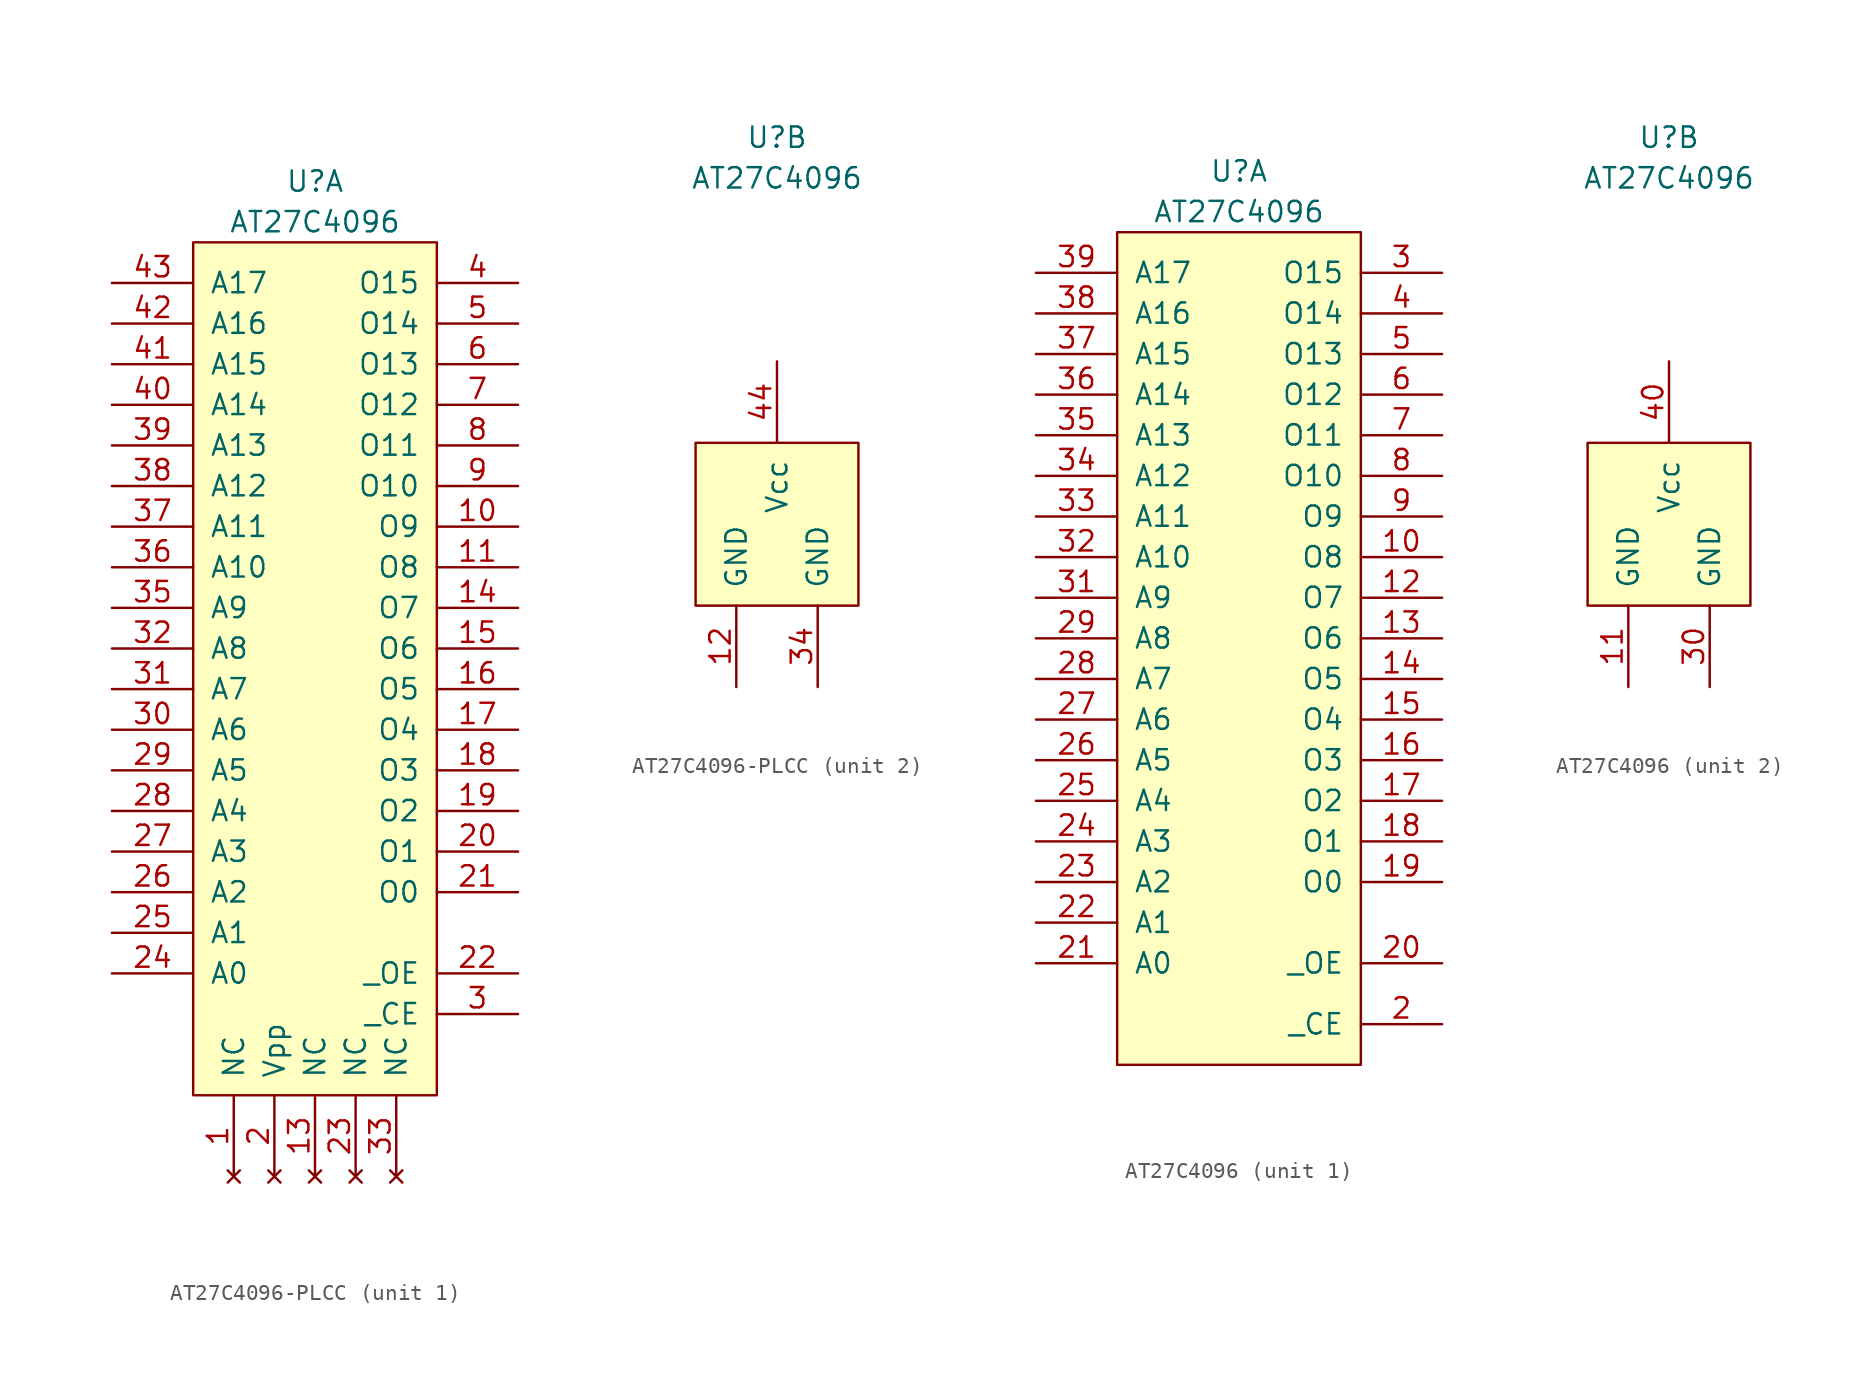
<source format=kicad_sym>
(kicad_symbol_lib
  (version 20220914)
  (generator kicad_symbol_editor)
  (symbol "AT27C4096-PLCC"
    (pin_names
      (offset 1.016))
    (property "Reference" "U"
      (at 0 24.13 0)
      (effects (font (size 1.27 1.27))))
    (property "Value" "AT27C4096"
      (at 0 21.59 0)
      (effects (font (size 1.27 1.27))))
    (property "ki_locked" ""
      (at 0 0 0)
      (effects (font (size 1.27 1.27))))
    (symbol "AT27C4096-PLCC_1_0"
      (pin input line (at -12.7 10.16 0) (length 5.08) (name "A14" (effects (font (size 1.27 1.27)))) (number "40" (effects (font (size 1.27 1.27)))))
      (pin input line (at -12.7 12.7 0) (length 5.08) (name "A15" (effects (font (size 1.27 1.27)))) (number "41" (effects (font (size 1.27 1.27)))))
      (pin input line (at -12.7 15.24 0) (length 5.08) (name "A16" (effects (font (size 1.27 1.27)))) (number "42" (effects (font (size 1.27 1.27)))))
      (pin input line (at -12.7 17.78 0) (length 5.08) (name "A17" (effects (font (size 1.27 1.27)))) (number "43" (effects (font (size 1.27 1.27))))))
    (symbol "AT27C4096-PLCC_1_1"
      (rectangle (start -7.62 20.32) (end 7.62 -33.02) (stroke (width 0) (type solid)) (fill (type background)))
      (pin no_connect line (at -5.08 -38.1 90) (length 5.08) (name "NC" (effects (font (size 1.27 1.27)))) (number "1" (effects (font (size 1.27 1.27)))))
      (pin input line (at 12.7 2.54 180) (length 5.08) (name "O9" (effects (font (size 1.27 1.27)))) (number "10" (effects (font (size 1.27 1.27)))))
      (pin input line (at 12.7 0 180) (length 5.08) (name "O8" (effects (font (size 1.27 1.27)))) (number "11" (effects (font (size 1.27 1.27)))))
      (pin no_connect line (at 0 -38.1 90) (length 5.08) (name "NC" (effects (font (size 1.27 1.27)))) (number "13" (effects (font (size 1.27 1.27)))))
      (pin input line (at 12.7 -2.54 180) (length 5.08) (name "O7" (effects (font (size 1.27 1.27)))) (number "14" (effects (font (size 1.27 1.27)))))
      (pin input line (at 12.7 -5.08 180) (length 5.08) (name "O6" (effects (font (size 1.27 1.27)))) (number "15" (effects (font (size 1.27 1.27)))))
      (pin input line (at 12.7 -7.62 180) (length 5.08) (name "O5" (effects (font (size 1.27 1.27)))) (number "16" (effects (font (size 1.27 1.27)))))
      (pin input line (at 12.7 -10.16 180) (length 5.08) (name "O4" (effects (font (size 1.27 1.27)))) (number "17" (effects (font (size 1.27 1.27)))))
      (pin input line (at 12.7 -12.7 180) (length 5.08) (name "O3" (effects (font (size 1.27 1.27)))) (number "18" (effects (font (size 1.27 1.27)))))
      (pin input line (at 12.7 -15.24 180) (length 5.08) (name "O2" (effects (font (size 1.27 1.27)))) (number "19" (effects (font (size 1.27 1.27)))))
      (pin no_connect line (at -2.54 -38.1 90) (length 5.08) (name "Vpp" (effects (font (size 1.27 1.27)))) (number "2" (effects (font (size 1.27 1.27)))))
      (pin input line (at 12.7 -17.78 180) (length 5.08) (name "O1" (effects (font (size 1.27 1.27)))) (number "20" (effects (font (size 1.27 1.27)))))
      (pin input line (at 12.7 -20.32 180) (length 5.08) (name "O0" (effects (font (size 1.27 1.27)))) (number "21" (effects (font (size 1.27 1.27)))))
      (pin input line (at 12.7 -25.4 180) (length 5.08) (name "_OE" (effects (font (size 1.27 1.27)))) (number "22" (effects (font (size 1.27 1.27)))))
      (pin no_connect line (at 2.54 -38.1 90) (length 5.08) (name "NC" (effects (font (size 1.27 1.27)))) (number "23" (effects (font (size 1.27 1.27)))))
      (pin input line (at -12.7 -25.4 0) (length 5.08) (name "A0" (effects (font (size 1.27 1.27)))) (number "24" (effects (font (size 1.27 1.27)))))
      (pin input line (at -12.7 -22.86 0) (length 5.08) (name "A1" (effects (font (size 1.27 1.27)))) (number "25" (effects (font (size 1.27 1.27)))))
      (pin input line (at -12.7 -20.32 0) (length 5.08) (name "A2" (effects (font (size 1.27 1.27)))) (number "26" (effects (font (size 1.27 1.27)))))
      (pin input line (at -12.7 -17.78 0) (length 5.08) (name "A3" (effects (font (size 1.27 1.27)))) (number "27" (effects (font (size 1.27 1.27)))))
      (pin input line (at -12.7 -15.24 0) (length 5.08) (name "A4" (effects (font (size 1.27 1.27)))) (number "28" (effects (font (size 1.27 1.27)))))
      (pin input line (at -12.7 -12.7 0) (length 5.08) (name "A5" (effects (font (size 1.27 1.27)))) (number "29" (effects (font (size 1.27 1.27)))))
      (pin input line (at 12.7 -27.94 180) (length 5.08) (name "_CE" (effects (font (size 1.27 1.27)))) (number "3" (effects (font (size 1.27 1.27)))))
      (pin input line (at -12.7 -10.16 0) (length 5.08) (name "A6" (effects (font (size 1.27 1.27)))) (number "30" (effects (font (size 1.27 1.27)))))
      (pin input line (at -12.7 -7.62 0) (length 5.08) (name "A7" (effects (font (size 1.27 1.27)))) (number "31" (effects (font (size 1.27 1.27)))))
      (pin input line (at -12.7 -5.08 0) (length 5.08) (name "A8" (effects (font (size 1.27 1.27)))) (number "32" (effects (font (size 1.27 1.27)))))
      (pin no_connect line (at 5.08 -38.1 90) (length 5.08) (name "NC" (effects (font (size 1.27 1.27)))) (number "33" (effects (font (size 1.27 1.27)))))
      (pin input line (at -12.7 -2.54 0) (length 5.08) (name "A9" (effects (font (size 1.27 1.27)))) (number "35" (effects (font (size 1.27 1.27)))))
      (pin input line (at -12.7 0 0) (length 5.08) (name "A10" (effects (font (size 1.27 1.27)))) (number "36" (effects (font (size 1.27 1.27)))))
      (pin input line (at -12.7 2.54 0) (length 5.08) (name "A11" (effects (font (size 1.27 1.27)))) (number "37" (effects (font (size 1.27 1.27)))))
      (pin input line (at -12.7 5.08 0) (length 5.08) (name "A12" (effects (font (size 1.27 1.27)))) (number "38" (effects (font (size 1.27 1.27)))))
      (pin input line (at -12.7 7.62 0) (length 5.08) (name "A13" (effects (font (size 1.27 1.27)))) (number "39" (effects (font (size 1.27 1.27)))))
      (pin input line (at 12.7 17.78 180) (length 5.08) (name "O15" (effects (font (size 1.27 1.27)))) (number "4" (effects (font (size 1.27 1.27)))))
      (pin input line (at 12.7 15.24 180) (length 5.08) (name "O14" (effects (font (size 1.27 1.27)))) (number "5" (effects (font (size 1.27 1.27)))))
      (pin input line (at 12.7 12.7 180) (length 5.08) (name "O13" (effects (font (size 1.27 1.27)))) (number "6" (effects (font (size 1.27 1.27)))))
      (pin input line (at 12.7 10.16 180) (length 5.08) (name "O12" (effects (font (size 1.27 1.27)))) (number "7" (effects (font (size 1.27 1.27)))))
      (pin input line (at 12.7 7.62 180) (length 5.08) (name "O11" (effects (font (size 1.27 1.27)))) (number "8" (effects (font (size 1.27 1.27)))))
      (pin input line (at 12.7 5.08 180) (length 5.08) (name "O10" (effects (font (size 1.27 1.27)))) (number "9" (effects (font (size 1.27 1.27))))))
    (symbol "AT27C4096-PLCC_2_0"
      (pin power_in line (at 0 10.16 270) (length 5.08) (name "Vcc" (effects (font (size 1.27 1.27)))) (number "44" (effects (font (size 1.27 1.27))))))
    (symbol "AT27C4096-PLCC_2_1"
      (rectangle (start -5.08 5.08) (end 5.08 -5.08) (stroke (width 0) (type solid)) (fill (type background)))
      (pin power_in line (at -2.54 -10.16 90) (length 5.08) (name "GND" (effects (font (size 1.27 1.27)))) (number "12" (effects (font (size 1.27 1.27)))))
      (pin power_in line (at 2.54 -10.16 90) (length 5.08) (name "GND" (effects (font (size 1.27 1.27)))) (number "34" (effects (font (size 1.27 1.27)))))))
  (symbol "AT27C4096"
    (pin_names
      (offset 1.016))
    (property "Reference" "U"
      (at 0 24.13 0)
      (effects (font (size 1.27 1.27))))
    (property "Value" "AT27C4096"
      (at 0 21.59 0)
      (effects (font (size 1.27 1.27))))
    (property "ki_locked" ""
      (at 0 0 0)
      (effects (font (size 1.27 1.27))))
    (symbol "AT27C4096_1_1"
      (rectangle (start -7.62 20.32) (end 7.62 -31.75) (stroke (width 0) (type solid)) (fill (type background)))
      (pin input line (at 12.7 0 180) (length 5.08) (name "O8" (effects (font (size 1.27 1.27)))) (number "10" (effects (font (size 1.27 1.27)))))
      (pin input line (at 12.7 -2.54 180) (length 5.08) (name "O7" (effects (font (size 1.27 1.27)))) (number "12" (effects (font (size 1.27 1.27)))))
      (pin input line (at 12.7 -5.08 180) (length 5.08) (name "O6" (effects (font (size 1.27 1.27)))) (number "13" (effects (font (size 1.27 1.27)))))
      (pin input line (at 12.7 -7.62 180) (length 5.08) (name "O5" (effects (font (size 1.27 1.27)))) (number "14" (effects (font (size 1.27 1.27)))))
      (pin input line (at 12.7 -10.16 180) (length 5.08) (name "O4" (effects (font (size 1.27 1.27)))) (number "15" (effects (font (size 1.27 1.27)))))
      (pin input line (at 12.7 -12.7 180) (length 5.08) (name "O3" (effects (font (size 1.27 1.27)))) (number "16" (effects (font (size 1.27 1.27)))))
      (pin input line (at 12.7 -15.24 180) (length 5.08) (name "O2" (effects (font (size 1.27 1.27)))) (number "17" (effects (font (size 1.27 1.27)))))
      (pin input line (at 12.7 -17.78 180) (length 5.08) (name "O1" (effects (font (size 1.27 1.27)))) (number "18" (effects (font (size 1.27 1.27)))))
      (pin input line (at 12.7 -20.32 180) (length 5.08) (name "O0" (effects (font (size 1.27 1.27)))) (number "19" (effects (font (size 1.27 1.27)))))
      (pin input line (at 12.7 -29.21 180) (length 5.08) (name "_CE" (effects (font (size 1.27 1.27)))) (number "2" (effects (font (size 1.27 1.27)))))
      (pin input line (at 12.7 -25.4 180) (length 5.08) (name "_OE" (effects (font (size 1.27 1.27)))) (number "20" (effects (font (size 1.27 1.27)))))
      (pin input line (at -12.7 -25.4 0) (length 5.08) (name "A0" (effects (font (size 1.27 1.27)))) (number "21" (effects (font (size 1.27 1.27)))))
      (pin input line (at -12.7 -22.86 0) (length 5.08) (name "A1" (effects (font (size 1.27 1.27)))) (number "22" (effects (font (size 1.27 1.27)))))
      (pin input line (at -12.7 -20.32 0) (length 5.08) (name "A2" (effects (font (size 1.27 1.27)))) (number "23" (effects (font (size 1.27 1.27)))))
      (pin input line (at -12.7 -17.78 0) (length 5.08) (name "A3" (effects (font (size 1.27 1.27)))) (number "24" (effects (font (size 1.27 1.27)))))
      (pin input line (at -12.7 -15.24 0) (length 5.08) (name "A4" (effects (font (size 1.27 1.27)))) (number "25" (effects (font (size 1.27 1.27)))))
      (pin input line (at -12.7 -12.7 0) (length 5.08) (name "A5" (effects (font (size 1.27 1.27)))) (number "26" (effects (font (size 1.27 1.27)))))
      (pin input line (at -12.7 -10.16 0) (length 5.08) (name "A6" (effects (font (size 1.27 1.27)))) (number "27" (effects (font (size 1.27 1.27)))))
      (pin input line (at -12.7 -7.62 0) (length 5.08) (name "A7" (effects (font (size 1.27 1.27)))) (number "28" (effects (font (size 1.27 1.27)))))
      (pin input line (at -12.7 -5.08 0) (length 5.08) (name "A8" (effects (font (size 1.27 1.27)))) (number "29" (effects (font (size 1.27 1.27)))))
      (pin input line (at 12.7 17.78 180) (length 5.08) (name "O15" (effects (font (size 1.27 1.27)))) (number "3" (effects (font (size 1.27 1.27)))))
      (pin input line (at -12.7 -2.54 0) (length 5.08) (name "A9" (effects (font (size 1.27 1.27)))) (number "31" (effects (font (size 1.27 1.27)))))
      (pin input line (at -12.7 0 0) (length 5.08) (name "A10" (effects (font (size 1.27 1.27)))) (number "32" (effects (font (size 1.27 1.27)))))
      (pin input line (at -12.7 2.54 0) (length 5.08) (name "A11" (effects (font (size 1.27 1.27)))) (number "33" (effects (font (size 1.27 1.27)))))
      (pin input line (at -12.7 5.08 0) (length 5.08) (name "A12" (effects (font (size 1.27 1.27)))) (number "34" (effects (font (size 1.27 1.27)))))
      (pin input line (at -12.7 7.62 0) (length 5.08) (name "A13" (effects (font (size 1.27 1.27)))) (number "35" (effects (font (size 1.27 1.27)))))
      (pin input line (at -12.7 10.16 0) (length 5.08) (name "A14" (effects (font (size 1.27 1.27)))) (number "36" (effects (font (size 1.27 1.27)))))
      (pin input line (at -12.7 12.7 0) (length 5.08) (name "A15" (effects (font (size 1.27 1.27)))) (number "37" (effects (font (size 1.27 1.27)))))
      (pin input line (at -12.7 15.24 0) (length 5.08) (name "A16" (effects (font (size 1.27 1.27)))) (number "38" (effects (font (size 1.27 1.27)))))
      (pin input line (at -12.7 17.78 0) (length 5.08) (name "A17" (effects (font (size 1.27 1.27)))) (number "39" (effects (font (size 1.27 1.27)))))
      (pin input line (at 12.7 15.24 180) (length 5.08) (name "O14" (effects (font (size 1.27 1.27)))) (number "4" (effects (font (size 1.27 1.27)))))
      (pin input line (at 12.7 12.7 180) (length 5.08) (name "O13" (effects (font (size 1.27 1.27)))) (number "5" (effects (font (size 1.27 1.27)))))
      (pin input line (at 12.7 10.16 180) (length 5.08) (name "O12" (effects (font (size 1.27 1.27)))) (number "6" (effects (font (size 1.27 1.27)))))
      (pin input line (at 12.7 7.62 180) (length 5.08) (name "O11" (effects (font (size 1.27 1.27)))) (number "7" (effects (font (size 1.27 1.27)))))
      (pin input line (at 12.7 5.08 180) (length 5.08) (name "O10" (effects (font (size 1.27 1.27)))) (number "8" (effects (font (size 1.27 1.27)))))
      (pin input line (at 12.7 2.54 180) (length 5.08) (name "O9" (effects (font (size 1.27 1.27)))) (number "9" (effects (font (size 1.27 1.27))))))
    (symbol "AT27C4096_2_1"
      (rectangle (start -5.08 5.08) (end 5.08 -5.08) (stroke (width 0) (type solid)) (fill (type background)))
      (pin power_in line (at -2.54 -10.16 90) (length 5.08) (name "GND" (effects (font (size 1.27 1.27)))) (number "11" (effects (font (size 1.27 1.27)))))
      (pin power_in line (at 2.54 -10.16 90) (length 5.08) (name "GND" (effects (font (size 1.27 1.27)))) (number "30" (effects (font (size 1.27 1.27)))))
      (pin power_in line (at 0 10.16 270) (length 5.08) (name "Vcc" (effects (font (size 1.27 1.27)))) (number "40" (effects (font (size 1.27 1.27))))))))
</source>
